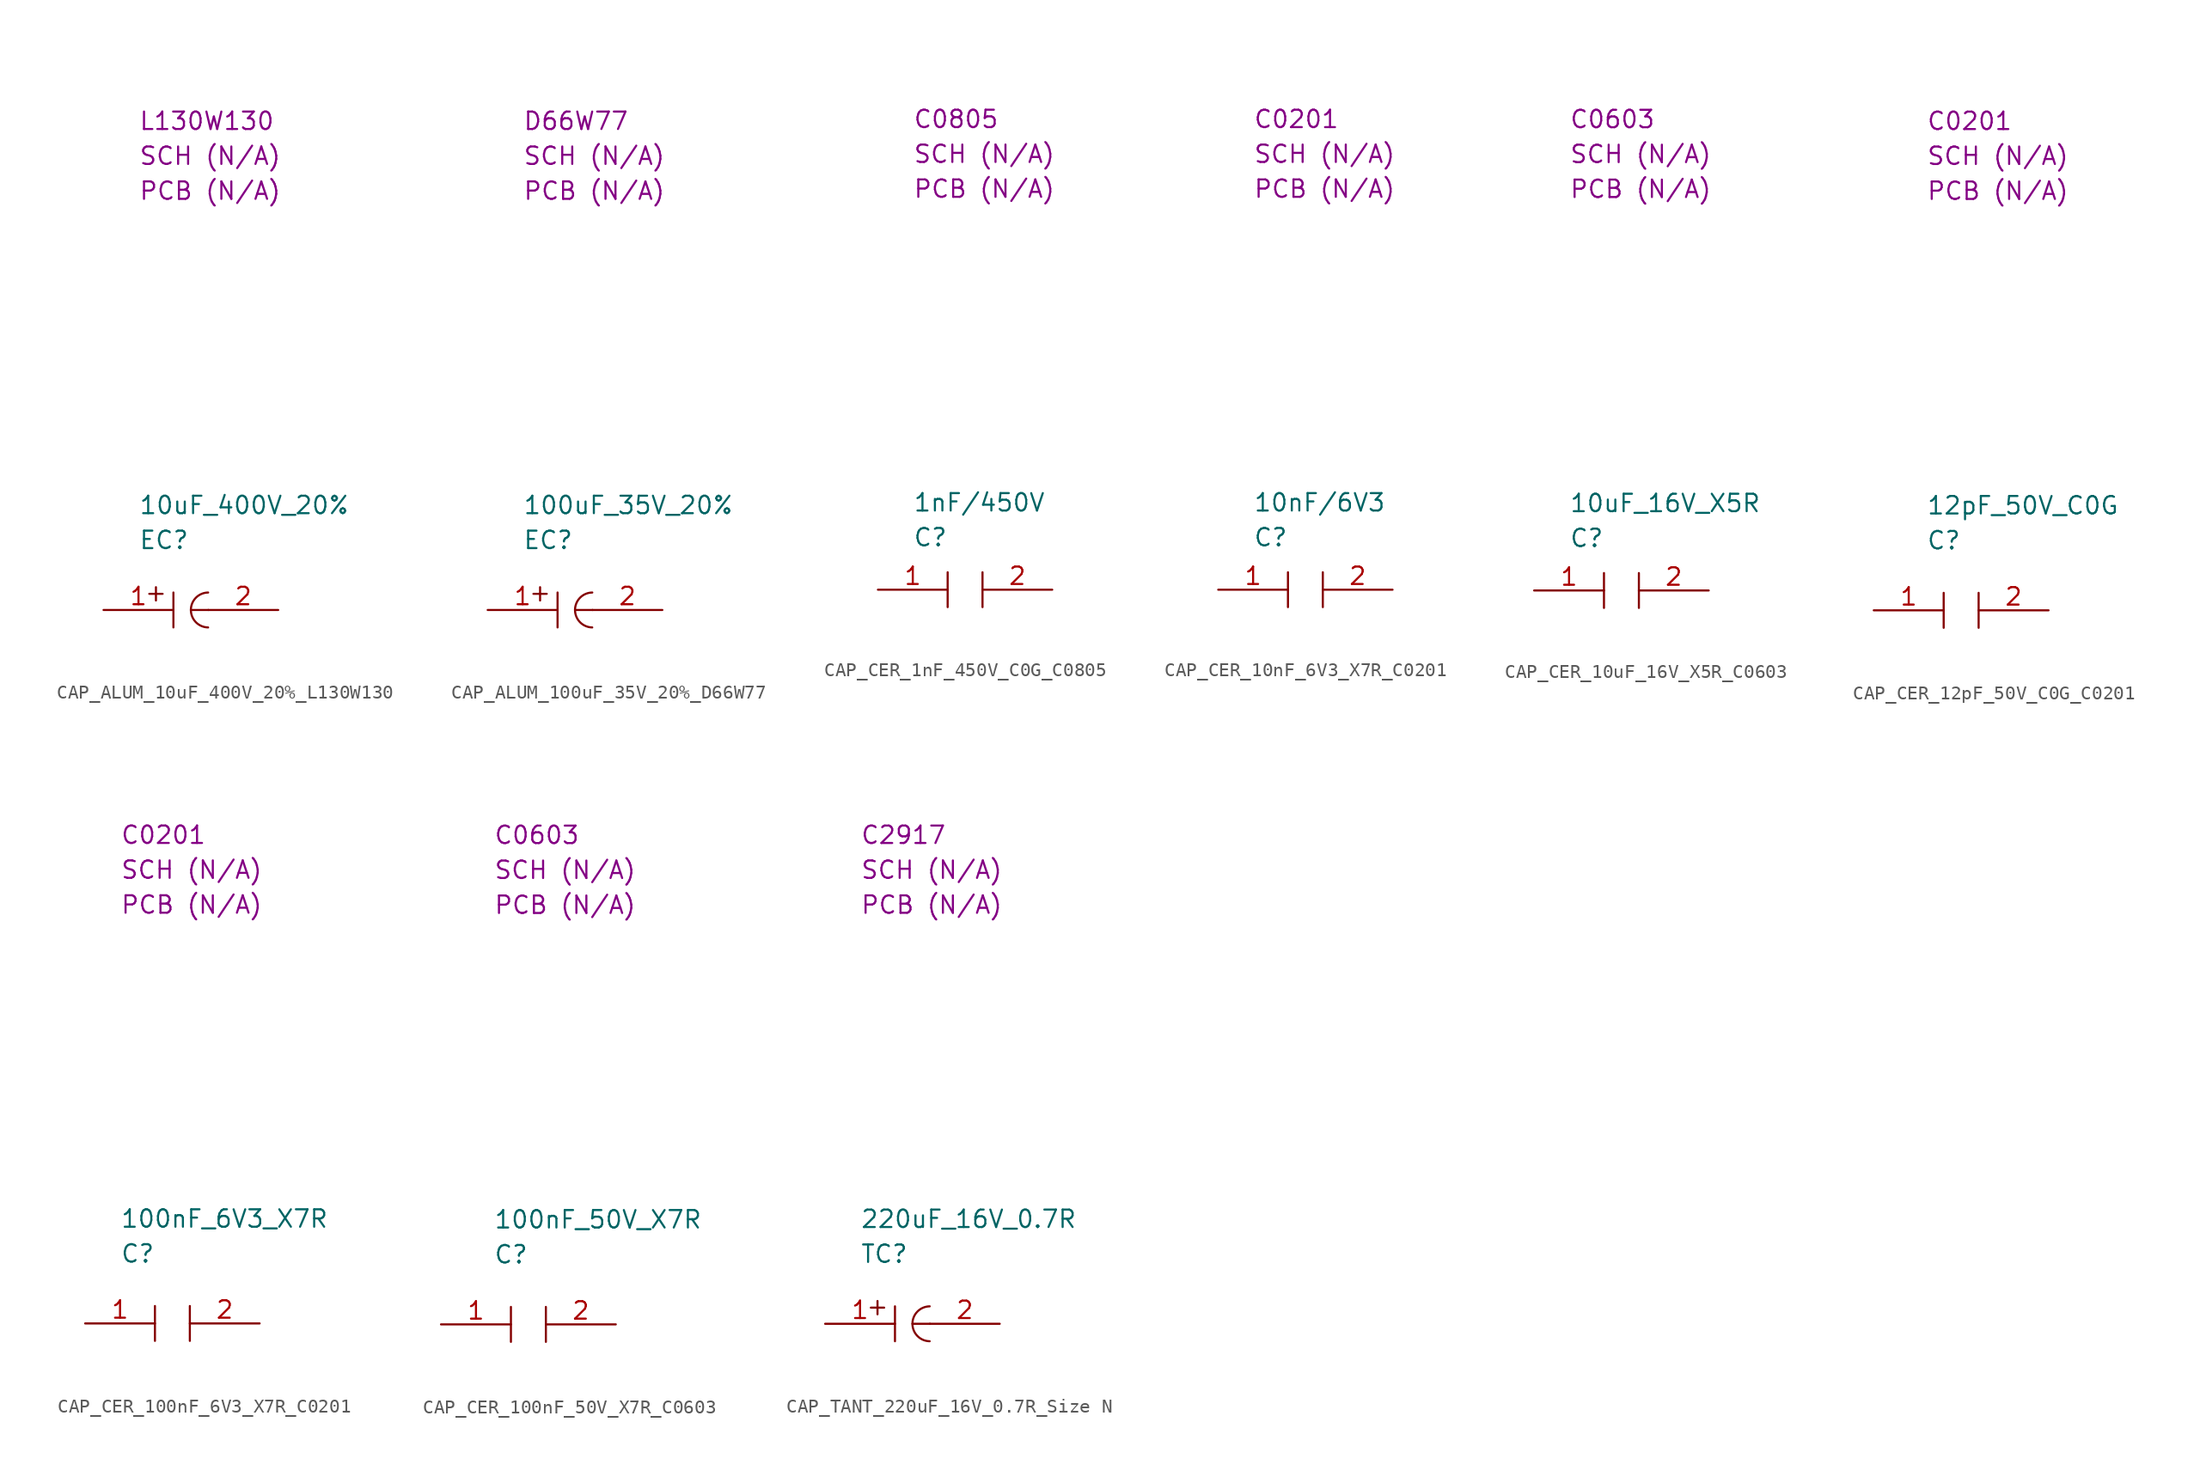
<source format=kicad_sym>
(kicad_symbol_lib
  (version 20220914)
  (generator kicad_symbol_editor)
  (symbol "CAP_ALUM_10uF_400V_20%_L130W130"
    (property "Reference" "EC"
      (at 2.54 5.08 0)
      (effects (font (size 1.27 1.27)) (justify left)))
    (property "Value" "10uF_400V_20%"
      (at 2.54 7.62 0)
      (effects (font (size 1.27 1.27)) (justify left)))
    (property "SCH CHECK" "SCH (N/A)"
      (at 2.54 33.02 0)
      (effects (font (size 1.27 1.27)) (justify left)))
    (property "Package" "L130W130"
      (at 2.54 35.56 0)
      (effects (font (size 1.27 1.27)) (justify left)))
    (property "PCB CHECk" "PCB (N/A)"
      (at 2.54 30.48 0)
      (effects (font (size 1.27 1.27)) (justify left)))
    (symbol "CAP_ALUM_10uF_400V_20%_L130W130_0_0"
      (polyline (pts (xy 5.08 1.27) (xy 5.08 -1.27)) (stroke (width 0) (type default)) (fill (type none))))
    (symbol "CAP_ALUM_10uF_400V_20%_L130W130_0_1"
      (polyline (pts (xy 6.35 0) (xy 7.62 0)) (stroke (width 0) (type default)) (fill (type none)))
      (arc (start 7.6054 1.27) (mid 6.3499 0.0013) (end 7.6028 -1.27) (stroke (width 0) (type default)) (fill (type none)))
      (text "+" (at 3.81 1.27 0) (effects (font (size 1.27 1.27)))))
    (symbol "CAP_ALUM_10uF_400V_20%_L130W130_1_1"
      (pin passive line (at 0 0 0) (length 5.08) (name "" (effects (font (size 1.27 1.27)))) (number "1" (effects (font (size 1.27 1.27)))))
      (pin passive line (at 12.7 0 180) (length 5.08) (name "" (effects (font (size 1.27 1.27)))) (number "2" (effects (font (size 1.27 1.27)))))))
  (symbol "CAP_ALUM_100uF_35V_20%_D66W77"
    (property "Reference" "EC"
      (at 2.54 5.08 0)
      (effects (font (size 1.27 1.27)) (justify left)))
    (property "Value" "100uF_35V_20%"
      (at 2.54 7.62 0)
      (effects (font (size 1.27 1.27)) (justify left)))
    (property "SCH CHECK" "SCH (N/A)"
      (at 2.54 33.02 0)
      (effects (font (size 1.27 1.27)) (justify left)))
    (property "Package" "D66W77"
      (at 2.54 35.56 0)
      (effects (font (size 1.27 1.27)) (justify left)))
    (property "PCB CHECk" "PCB (N/A)"
      (at 2.54 30.48 0)
      (effects (font (size 1.27 1.27)) (justify left)))
    (symbol "CAP_ALUM_100uF_35V_20%_D66W77_0_0"
      (polyline (pts (xy 5.08 1.27) (xy 5.08 -1.27)) (stroke (width 0) (type default)) (fill (type none))))
    (symbol "CAP_ALUM_100uF_35V_20%_D66W77_0_1"
      (polyline (pts (xy 6.35 0) (xy 7.62 0)) (stroke (width 0) (type default)) (fill (type none)))
      (arc (start 7.6054 1.27) (mid 6.3499 0.0013) (end 7.6028 -1.27) (stroke (width 0) (type default)) (fill (type none)))
      (text "+" (at 3.81 1.27 0) (effects (font (size 1.27 1.27)))))
    (symbol "CAP_ALUM_100uF_35V_20%_D66W77_1_1"
      (pin passive line (at 0 0 0) (length 5.08) (name "" (effects (font (size 1.27 1.27)))) (number "1" (effects (font (size 1.27 1.27)))))
      (pin passive line (at 12.7 0 180) (length 5.08) (name "" (effects (font (size 1.27 1.27)))) (number "2" (effects (font (size 1.27 1.27)))))))
  (symbol "CAP_CER_1nF_450V_C0G_C0805"
    (property "Reference" "C"
      (at 2.54 3.81 0)
      (effects (font (size 1.27 1.27)) (justify left)))
    (property "Value" "1nF/450V"
      (at 2.54 6.35 0)
      (effects (font (size 1.27 1.27)) (justify left)))
    (property "SCH CHECK" "SCH (N/A)"
      (at 2.54 31.75 0)
      (effects (font (size 1.27 1.27)) (justify left)))
    (property "Package" "C0805"
      (at 2.54 34.29 0)
      (effects (font (size 1.27 1.27)) (justify left)))
    (property "PCB CHECk" "PCB (N/A)"
      (at 2.54 29.21 0)
      (effects (font (size 1.27 1.27)) (justify left)))
    (symbol "CAP_CER_1nF_450V_C0G_C0805_0_0"
      (polyline (pts (xy 5.08 1.27) (xy 5.08 -1.27)) (stroke (width 0) (type default)) (fill (type none)))
      (polyline (pts (xy 7.62 1.27) (xy 7.62 -1.27)) (stroke (width 0) (type default)) (fill (type none))))
    (symbol "CAP_CER_1nF_450V_C0G_C0805_1_1"
      (pin passive line (at 0 0 0) (length 5.08) (name "" (effects (font (size 1.27 1.27)))) (number "1" (effects (font (size 1.27 1.27)))))
      (pin passive line (at 12.7 0 180) (length 5.08) (name "" (effects (font (size 1.27 1.27)))) (number "2" (effects (font (size 1.27 1.27)))))))
  (symbol "CAP_CER_10nF_6V3_X7R_C0201"
    (property "Reference" "C"
      (at 2.54 3.81 0)
      (effects (font (size 1.27 1.27)) (justify left)))
    (property "Value" "10nF{slash}6V3"
      (at 2.54 6.35 0)
      (effects (font (size 1.27 1.27)) (justify left)))
    (property "SCH CHECK" "SCH (N/A)"
      (at 2.54 31.75 0)
      (effects (font (size 1.27 1.27)) (justify left)))
    (property "Package" "C0201"
      (at 2.54 34.29 0)
      (effects (font (size 1.27 1.27)) (justify left)))
    (property "PCB CHECk" "PCB (N/A)"
      (at 2.54 29.21 0)
      (effects (font (size 1.27 1.27)) (justify left)))
    (symbol "CAP_CER_10nF_6V3_X7R_C0201_0_0"
      (polyline (pts (xy 5.08 1.27) (xy 5.08 -1.27)) (stroke (width 0) (type default)) (fill (type none)))
      (polyline (pts (xy 7.62 1.27) (xy 7.62 -1.27)) (stroke (width 0) (type default)) (fill (type none))))
    (symbol "CAP_CER_10nF_6V3_X7R_C0201_1_1"
      (pin passive line (at 0 0 0) (length 5.08) (name "" (effects (font (size 1.27 1.27)))) (number "1" (effects (font (size 1.27 1.27)))))
      (pin passive line (at 12.7 0 180) (length 5.08) (name "" (effects (font (size 1.27 1.27)))) (number "2" (effects (font (size 1.27 1.27)))))))
  (symbol "CAP_CER_10uF_16V_X5R_C0603"
    (property "Reference" "C"
      (at 2.54 3.81 0)
      (effects (font (size 1.27 1.27)) (justify left)))
    (property "Value" "10uF_16V_X5R"
      (at 2.54 6.35 0)
      (effects (font (size 1.27 1.27)) (justify left)))
    (property "SCH CHECK" "SCH (N/A)"
      (at 2.54 31.75 0)
      (effects (font (size 1.27 1.27)) (justify left)))
    (property "Package" "C0603"
      (at 2.54 34.29 0)
      (effects (font (size 1.27 1.27)) (justify left)))
    (property "PCB CHECk" "PCB (N/A)"
      (at 2.54 29.21 0)
      (effects (font (size 1.27 1.27)) (justify left)))
    (symbol "CAP_CER_10uF_16V_X5R_C0603_0_0"
      (polyline (pts (xy 5.08 1.27) (xy 5.08 -1.27)) (stroke (width 0) (type default)) (fill (type none)))
      (polyline (pts (xy 7.62 1.27) (xy 7.62 -1.27)) (stroke (width 0) (type default)) (fill (type none))))
    (symbol "CAP_CER_10uF_16V_X5R_C0603_1_1"
      (pin passive line (at 0 0 0) (length 5.08) (name "" (effects (font (size 1.27 1.27)))) (number "1" (effects (font (size 1.27 1.27)))))
      (pin passive line (at 12.7 0 180) (length 5.08) (name "" (effects (font (size 1.27 1.27)))) (number "2" (effects (font (size 1.27 1.27)))))))
  (symbol "CAP_CER_12pF_50V_C0G_C0201"
    (property "Reference" "C"
      (at 3.81 5.08 0)
      (effects (font (size 1.27 1.27)) (justify left)))
    (property "Value" "12pF_50V_C0G"
      (at 3.81 7.62 0)
      (effects (font (size 1.27 1.27)) (justify left)))
    (property "SCH CHECK" "SCH (N/A)"
      (at 3.81 33.02 0)
      (effects (font (size 1.27 1.27)) (justify left)))
    (property "Package" "C0201"
      (at 3.81 35.56 0)
      (effects (font (size 1.27 1.27)) (justify left)))
    (property "PCB CHECk" "PCB (N/A)"
      (at 3.81 30.48 0)
      (effects (font (size 1.27 1.27)) (justify left)))
    (symbol "CAP_CER_12pF_50V_C0G_C0201_0_0"
      (polyline (pts (xy 5.08 1.27) (xy 5.08 -1.27)) (stroke (width 0) (type default)) (fill (type none)))
      (polyline (pts (xy 7.62 1.27) (xy 7.62 -1.27)) (stroke (width 0) (type default)) (fill (type none))))
    (symbol "CAP_CER_12pF_50V_C0G_C0201_1_1"
      (pin passive line (at 0 0 0) (length 5.08) (name "" (effects (font (size 1.27 1.27)))) (number "1" (effects (font (size 1.27 1.27)))))
      (pin passive line (at 12.7 0 180) (length 5.08) (name "" (effects (font (size 1.27 1.27)))) (number "2" (effects (font (size 1.27 1.27)))))))
  (symbol "CAP_CER_100nF_6V3_X7R_C0201"
    (property "Reference" "C"
      (at 2.54 5.08 0)
      (effects (font (size 1.27 1.27)) (justify left)))
    (property "Value" "100nF_6V3_X7R"
      (at 2.54 7.62 0)
      (effects (font (size 1.27 1.27)) (justify left)))
    (property "SCH CHECK" "SCH (N/A)"
      (at 2.54 33.02 0)
      (effects (font (size 1.27 1.27)) (justify left)))
    (property "Package" "C0201"
      (at 2.54 35.56 0)
      (effects (font (size 1.27 1.27)) (justify left)))
    (property "PCB CHECk" "PCB (N/A)"
      (at 2.54 30.48 0)
      (effects (font (size 1.27 1.27)) (justify left)))
    (symbol "CAP_CER_100nF_6V3_X7R_C0201_0_0"
      (polyline (pts (xy 5.08 1.27) (xy 5.08 -1.27)) (stroke (width 0) (type default)) (fill (type none)))
      (polyline (pts (xy 7.62 1.27) (xy 7.62 -1.27)) (stroke (width 0) (type default)) (fill (type none))))
    (symbol "CAP_CER_100nF_6V3_X7R_C0201_1_1"
      (pin passive line (at 0 0 0) (length 5.08) (name "" (effects (font (size 1.27 1.27)))) (number "1" (effects (font (size 1.27 1.27)))))
      (pin passive line (at 12.7 0 180) (length 5.08) (name "" (effects (font (size 1.27 1.27)))) (number "2" (effects (font (size 1.27 1.27)))))))
  (symbol "CAP_CER_100nF_50V_X7R_C0603"
    (property "Reference" "C"
      (at 3.81 5.08 0)
      (effects (font (size 1.27 1.27)) (justify left)))
    (property "Value" "100nF_50V_X7R"
      (at 3.81 7.62 0)
      (effects (font (size 1.27 1.27)) (justify left)))
    (property "SCH CHECK" "SCH (N/A)"
      (at 3.81 33.02 0)
      (effects (font (size 1.27 1.27)) (justify left)))
    (property "Package" "C0603"
      (at 3.81 35.56 0)
      (effects (font (size 1.27 1.27)) (justify left)))
    (property "PCB CHECk" "PCB (N/A)"
      (at 3.81 30.48 0)
      (effects (font (size 1.27 1.27)) (justify left)))
    (symbol "CAP_CER_100nF_50V_X7R_C0603_0_0"
      (polyline (pts (xy 5.08 1.27) (xy 5.08 -1.27)) (stroke (width 0) (type default)) (fill (type none)))
      (polyline (pts (xy 7.62 1.27) (xy 7.62 -1.27)) (stroke (width 0) (type default)) (fill (type none))))
    (symbol "CAP_CER_100nF_50V_X7R_C0603_1_1"
      (pin passive line (at 0 0 0) (length 5.08) (name "" (effects (font (size 1.27 1.27)))) (number "1" (effects (font (size 1.27 1.27)))))
      (pin passive line (at 12.7 0 180) (length 5.08) (name "" (effects (font (size 1.27 1.27)))) (number "2" (effects (font (size 1.27 1.27)))))))
  (symbol "CAP_TANT_220uF_16V_0.7R_Size N"
    (property "Reference" "TC"
      (at 2.54 5.08 0)
      (effects (font (size 1.27 1.27)) (justify left)))
    (property "Value" "220uF_16V_0.7R"
      (at 2.54 7.62 0)
      (effects (font (size 1.27 1.27)) (justify left)))
    (property "SCH CHECK" "SCH (N/A)"
      (at 2.54 33.02 0)
      (effects (font (size 1.27 1.27)) (justify left)))
    (property "Package" "C2917"
      (at 2.54 35.56 0)
      (effects (font (size 1.27 1.27)) (justify left)))
    (property "PCB CHECk" "PCB (N/A)"
      (at 2.54 30.48 0)
      (effects (font (size 1.27 1.27)) (justify left)))
    (symbol "CAP_TANT_220uF_16V_0.7R_Size N_0_0"
      (polyline (pts (xy 5.08 1.27) (xy 5.08 -1.27)) (stroke (width 0) (type default)) (fill (type none))))
    (symbol "CAP_TANT_220uF_16V_0.7R_Size N_0_1"
      (polyline (pts (xy 6.35 0) (xy 7.62 0)) (stroke (width 0) (type default)) (fill (type none)))
      (arc (start 7.6054 1.27) (mid 6.3499 0.0013) (end 7.6028 -1.27) (stroke (width 0) (type default)) (fill (type none)))
      (text "+" (at 3.81 1.27 0) (effects (font (size 1.27 1.27)))))
    (symbol "CAP_TANT_220uF_16V_0.7R_Size N_1_1"
      (pin passive line (at 0 0 0) (length 5.08) (name "" (effects (font (size 1.27 1.27)))) (number "1" (effects (font (size 1.27 1.27)))))
      (pin passive line (at 12.7 0 180) (length 5.08) (name "" (effects (font (size 1.27 1.27)))) (number "2" (effects (font (size 1.27 1.27))))))))
</source>
